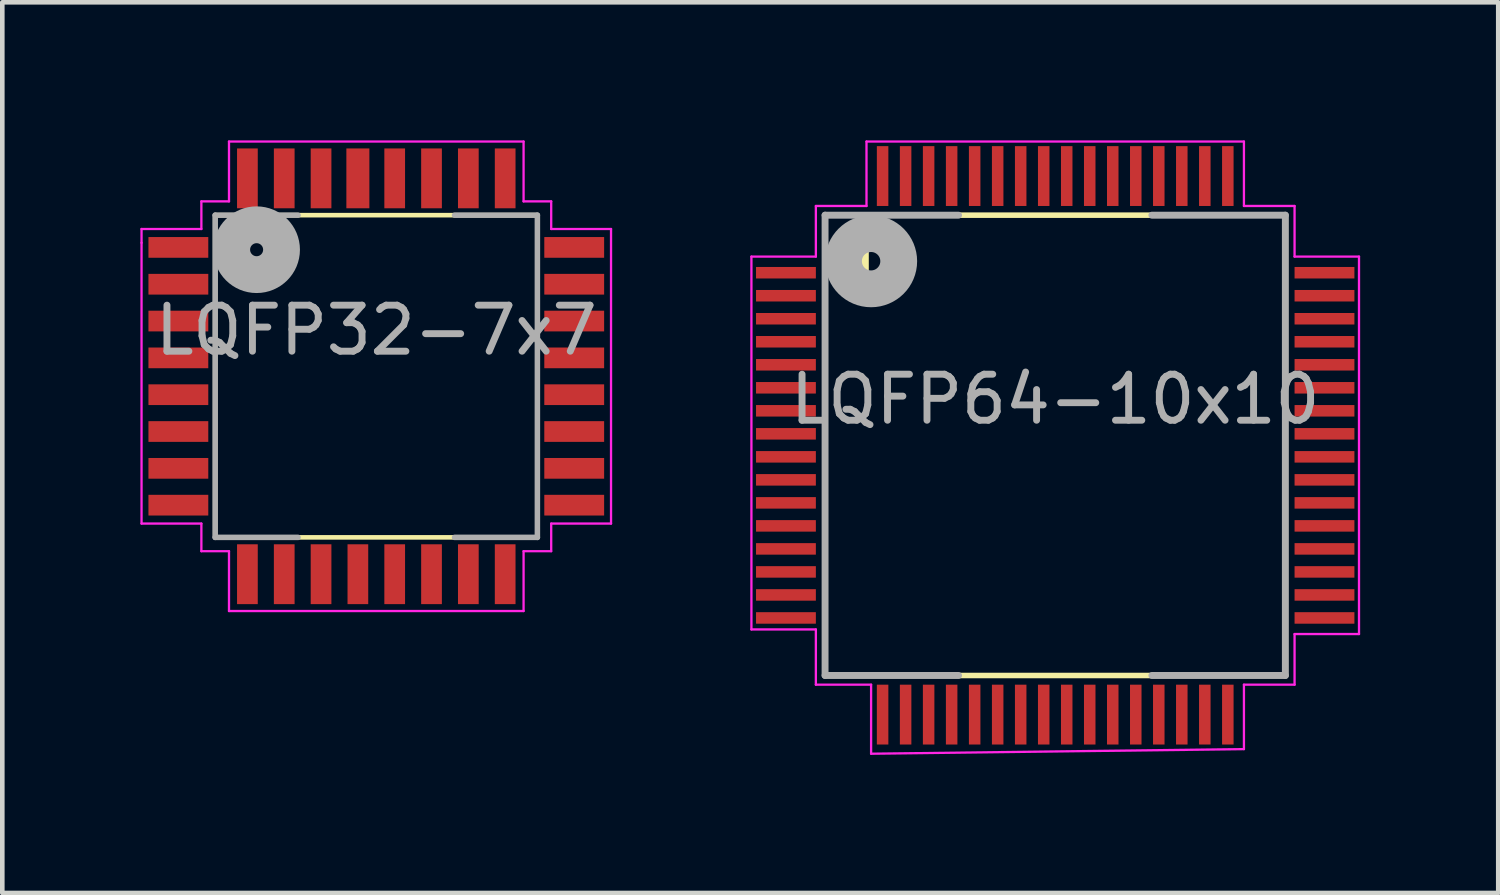
<source format=kicad_pcb>
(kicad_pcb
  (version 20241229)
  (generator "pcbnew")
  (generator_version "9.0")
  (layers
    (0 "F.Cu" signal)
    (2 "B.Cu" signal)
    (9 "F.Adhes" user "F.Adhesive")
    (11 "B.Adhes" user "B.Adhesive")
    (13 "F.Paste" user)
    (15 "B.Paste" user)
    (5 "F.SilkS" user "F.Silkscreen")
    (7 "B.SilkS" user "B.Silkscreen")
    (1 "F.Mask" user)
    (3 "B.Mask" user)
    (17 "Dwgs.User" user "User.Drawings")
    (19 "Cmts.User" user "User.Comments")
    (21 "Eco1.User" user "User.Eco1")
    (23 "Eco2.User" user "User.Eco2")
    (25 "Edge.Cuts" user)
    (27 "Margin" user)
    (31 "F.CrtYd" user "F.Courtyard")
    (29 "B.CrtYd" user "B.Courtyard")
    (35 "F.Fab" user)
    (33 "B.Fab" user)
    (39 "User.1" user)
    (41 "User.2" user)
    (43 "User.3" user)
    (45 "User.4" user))
  (footprint "LQFP64-10x10"
    (layer "F.Cu")
    (at 19.875 6.625)
    (property "Reference" "LQFP64-10x10" (at 0 -1 0) (layer "F.Fab") (effects (font (size 1 1) (thickness 0.15))))
    (attr smd)
    (fp_line (start -5 -5) (end 5 -5) (stroke (width 0.12) (type solid)) (layer "F.SilkS"))
    (fp_line (start -5 5) (end -5 -5) (stroke (width 0.12) (type solid)) (layer "F.SilkS"))
    (fp_line (start 5 -5) (end 5 5) (stroke (width 0.12) (type solid)) (layer "F.SilkS"))
    (fp_line (start 5 5) (end -5 5) (stroke (width 0.12) (type solid)) (layer "F.SilkS"))
    (fp_poly (pts (xy -4.1 -3.25) (xy -4.6 -3.75) (xy -4.1 -4.25)) (stroke (width 0.1) (type solid)) (fill yes) (layer "F.SilkS"))
    (fp_line (start -6.6 -4.1) (end -5.2 -4.1) (stroke (width 0.05) (type solid)) (layer "F.CrtYd"))
    (fp_line (start -6.6 4) (end -6.6 -4.1) (stroke (width 0.05) (type solid)) (layer "F.CrtYd"))
    (fp_line (start -5.2 -5.2) (end -4.1 -5.2) (stroke (width 0.05) (type solid)) (layer "F.CrtYd"))
    (fp_line (start -5.2 -4.1) (end -5.2 -5.2) (stroke (width 0.05) (type solid)) (layer "F.CrtYd"))
    (fp_line (start -5.2 4) (end -6.6 4) (stroke (width 0.05) (type solid)) (layer "F.CrtYd"))
    (fp_line (start -5.2 5.2) (end -5.2 4) (stroke (width 0.05) (type solid)) (layer "F.CrtYd"))
    (fp_line (start -4.1 -6.6) (end 4.1 -6.6) (stroke (width 0.05) (type solid)) (layer "F.CrtYd"))
    (fp_line (start -4.1 -5.2) (end -4.1 -6.6) (stroke (width 0.05) (type solid)) (layer "F.CrtYd"))
    (fp_line (start -4 5.2) (end -5.2 5.2) (stroke (width 0.05) (type solid)) (layer "F.CrtYd"))
    (fp_line (start -4 6.7) (end -4 5.2) (stroke (width 0.05) (type solid)) (layer "F.CrtYd"))
    (fp_line (start 4.1 -6.6) (end 4.1 -5.2) (stroke (width 0.05) (type solid)) (layer "F.CrtYd"))
    (fp_line (start 4.1 -5.2) (end 5.2 -5.2) (stroke (width 0.05) (type solid)) (layer "F.CrtYd"))
    (fp_line (start 4.1 5.2) (end 4.1 6.6) (stroke (width 0.05) (type solid)) (layer "F.CrtYd"))
    (fp_line (start 4.1 6.6) (end -4 6.7) (stroke (width 0.05) (type solid)) (layer "F.CrtYd"))
    (fp_line (start 5.2 -5.2) (end 5.2 -4.1) (stroke (width 0.05) (type solid)) (layer "F.CrtYd"))
    (fp_line (start 5.2 -4.1) (end 6.6 -4.1) (stroke (width 0.05) (type solid)) (layer "F.CrtYd"))
    (fp_line (start 5.2 4.1) (end 5.2 5.2) (stroke (width 0.05) (type solid)) (layer "F.CrtYd"))
    (fp_line (start 5.2 5.2) (end 4.1 5.2) (stroke (width 0.05) (type solid)) (layer "F.CrtYd"))
    (fp_line (start 6.6 -4.1) (end 6.6 4.1) (stroke (width 0.05) (type solid)) (layer "F.CrtYd"))
    (fp_line (start 6.6 4.1) (end 5.2 4.1) (stroke (width 0.05) (type solid)) (layer "F.CrtYd"))
    (fp_line (start -5 -5) (end -5 5) (stroke (width 0.15) (type solid)) (layer "F.Fab"))
    (fp_line (start -5 5) (end -2.1 5) (stroke (width 0.15) (type solid)) (layer "F.Fab"))
    (fp_line (start -2.1 -5) (end -5 -5) (stroke (width 0.15) (type solid)) (layer "F.Fab"))
    (fp_line (start 2.1 5) (end 5 5) (stroke (width 0.15) (type solid)) (layer "F.Fab"))
    (fp_line (start 5 -5) (end 2.1 -5) (stroke (width 0.15) (type solid)) (layer "F.Fab"))
    (fp_line (start 5 5) (end 5 -5) (stroke (width 0.15) (type solid)) (layer "F.Fab"))
    (fp_circle (center -4 -4) (end -3.8 -4) (stroke (width 0.8) (type solid)) (fill no) (layer "F.Fab"))
    (pad "1" smd rect (at -5.85 -3.75) (size 1.3 0.25) (layers "F.Cu" "F.Mask" "F.Paste"))
    (pad "2" smd rect (at -5.85 -3.25) (size 1.3 0.25) (layers "F.Cu" "F.Mask" "F.Paste"))
    (pad "3" smd rect (at -5.85 -2.75) (size 1.3 0.25) (layers "F.Cu" "F.Mask" "F.Paste"))
    (pad "4" smd rect (at -5.85 -2.25) (size 1.3 0.25) (layers "F.Cu" "F.Mask" "F.Paste"))
    (pad "5" smd rect (at -5.85 -1.75) (size 1.3 0.25) (layers "F.Cu" "F.Mask" "F.Paste"))
    (pad "6" smd rect (at -5.85 -1.25) (size 1.3 0.25) (layers "F.Cu" "F.Mask" "F.Paste"))
    (pad "7" smd rect (at -5.85 -0.75) (size 1.3 0.25) (layers "F.Cu" "F.Mask" "F.Paste"))
    (pad "8" smd rect (at -5.85 -0.25) (size 1.3 0.25) (layers "F.Cu" "F.Mask" "F.Paste"))
    (pad "9" smd rect (at -5.85 0.25) (size 1.3 0.25) (layers "F.Cu" "F.Mask" "F.Paste"))
    (pad "10" smd rect (at -5.85 0.75) (size 1.3 0.25) (layers "F.Cu" "F.Mask" "F.Paste"))
    (pad "11" smd rect (at -5.85 1.25) (size 1.3 0.25) (layers "F.Cu" "F.Mask" "F.Paste"))
    (pad "12" smd rect (at -5.85 1.75) (size 1.3 0.25) (layers "F.Cu" "F.Mask" "F.Paste"))
    (pad "13" smd rect (at -5.85 2.25) (size 1.3 0.25) (layers "F.Cu" "F.Mask" "F.Paste"))
    (pad "14" smd rect (at -5.85 2.75) (size 1.3 0.25) (layers "F.Cu" "F.Mask" "F.Paste"))
    (pad "15" smd rect (at -5.85 3.25) (size 1.3 0.25) (layers "F.Cu" "F.Mask" "F.Paste"))
    (pad "16" smd rect (at -5.85 3.75) (size 1.3 0.25) (layers "F.Cu" "F.Mask" "F.Paste"))
    (pad "17" smd rect (at -3.75 5.85 90) (size 1.3 0.25) (layers "F.Cu" "F.Mask" "F.Paste"))
    (pad "18" smd rect (at -3.25 5.85 90) (size 1.3 0.25) (layers "F.Cu" "F.Mask" "F.Paste"))
    (pad "19" smd rect (at -2.75 5.85 90) (size 1.3 0.25) (layers "F.Cu" "F.Mask" "F.Paste"))
    (pad "20" smd rect (at -2.25 5.85 90) (size 1.3 0.25) (layers "F.Cu" "F.Mask" "F.Paste"))
    (pad "21" smd rect (at -1.75 5.85 90) (size 1.3 0.25) (layers "F.Cu" "F.Mask" "F.Paste"))
    (pad "22" smd rect (at -1.25 5.85 90) (size 1.3 0.25) (layers "F.Cu" "F.Mask" "F.Paste"))
    (pad "23" smd rect (at -0.75 5.85 90) (size 1.3 0.25) (layers "F.Cu" "F.Mask" "F.Paste"))
    (pad "24" smd rect (at -0.25 5.85 90) (size 1.3 0.25) (layers "F.Cu" "F.Mask" "F.Paste"))
    (pad "25" smd rect (at 0.25 5.85 90) (size 1.3 0.25) (layers "F.Cu" "F.Mask" "F.Paste"))
    (pad "26" smd rect (at 0.75 5.85 90) (size 1.3 0.25) (layers "F.Cu" "F.Mask" "F.Paste"))
    (pad "27" smd rect (at 1.25 5.85 90) (size 1.3 0.25) (layers "F.Cu" "F.Mask" "F.Paste"))
    (pad "28" smd rect (at 1.75 5.85 90) (size 1.3 0.25) (layers "F.Cu" "F.Mask" "F.Paste"))
    (pad "29" smd rect (at 2.25 5.85 90) (size 1.3 0.25) (layers "F.Cu" "F.Mask" "F.Paste"))
    (pad "30" smd rect (at 2.75 5.85 90) (size 1.3 0.25) (layers "F.Cu" "F.Mask" "F.Paste"))
    (pad "31" smd rect (at 3.25 5.85 90) (size 1.3 0.25) (layers "F.Cu" "F.Mask" "F.Paste"))
    (pad "32" smd rect (at 3.75 5.85 90) (size 1.3 0.25) (layers "F.Cu" "F.Mask" "F.Paste"))
    (pad "33" smd rect (at 5.85 3.75) (size 1.3 0.25) (layers "F.Cu" "F.Mask" "F.Paste"))
    (pad "34" smd rect (at 5.85 3.25) (size 1.3 0.25) (layers "F.Cu" "F.Mask" "F.Paste"))
    (pad "35" smd rect (at 5.85 2.75) (size 1.3 0.25) (layers "F.Cu" "F.Mask" "F.Paste"))
    (pad "36" smd rect (at 5.85 2.25) (size 1.3 0.25) (layers "F.Cu" "F.Mask" "F.Paste"))
    (pad "37" smd rect (at 5.85 1.75) (size 1.3 0.25) (layers "F.Cu" "F.Mask" "F.Paste"))
    (pad "38" smd rect (at 5.85 1.25) (size 1.3 0.25) (layers "F.Cu" "F.Mask" "F.Paste"))
    (pad "39" smd rect (at 5.85 0.75) (size 1.3 0.25) (layers "F.Cu" "F.Mask" "F.Paste"))
    (pad "40" smd rect (at 5.85 0.25) (size 1.3 0.25) (layers "F.Cu" "F.Mask" "F.Paste"))
    (pad "41" smd rect (at 5.85 -0.25) (size 1.3 0.25) (layers "F.Cu" "F.Mask" "F.Paste"))
    (pad "42" smd rect (at 5.85 -0.75) (size 1.3 0.25) (layers "F.Cu" "F.Mask" "F.Paste"))
    (pad "43" smd rect (at 5.85 -1.25) (size 1.3 0.25) (layers "F.Cu" "F.Mask" "F.Paste"))
    (pad "44" smd rect (at 5.85 -1.75) (size 1.3 0.25) (layers "F.Cu" "F.Mask" "F.Paste"))
    (pad "45" smd rect (at 5.85 -2.25) (size 1.3 0.25) (layers "F.Cu" "F.Mask" "F.Paste"))
    (pad "46" smd rect (at 5.85 -2.75) (size 1.3 0.25) (layers "F.Cu" "F.Mask" "F.Paste"))
    (pad "47" smd rect (at 5.85 -3.25) (size 1.3 0.25) (layers "F.Cu" "F.Mask" "F.Paste"))
    (pad "48" smd rect (at 5.85 -3.75) (size 1.3 0.25) (layers "F.Cu" "F.Mask" "F.Paste"))
    (pad "49" smd rect (at 3.75 -5.85 90) (size 1.3 0.25) (layers "F.Cu" "F.Mask" "F.Paste"))
    (pad "50" smd rect (at 3.25 -5.85 90) (size 1.3 0.25) (layers "F.Cu" "F.Mask" "F.Paste"))
    (pad "51" smd rect (at 2.75 -5.85 90) (size 1.3 0.25) (layers "F.Cu" "F.Mask" "F.Paste"))
    (pad "52" smd rect (at 2.25 -5.85 90) (size 1.3 0.25) (layers "F.Cu" "F.Mask" "F.Paste"))
    (pad "53" smd rect (at 1.75 -5.85 90) (size 1.3 0.25) (layers "F.Cu" "F.Mask" "F.Paste"))
    (pad "54" smd rect (at 1.25 -5.85 90) (size 1.3 0.25) (layers "F.Cu" "F.Mask" "F.Paste"))
    (pad "55" smd rect (at 0.75 -5.85 90) (size 1.3 0.25) (layers "F.Cu" "F.Mask" "F.Paste"))
    (pad "56" smd rect (at 0.25 -5.85 90) (size 1.3 0.25) (layers "F.Cu" "F.Mask" "F.Paste"))
    (pad "57" smd rect (at -0.25 -5.85 90) (size 1.3 0.25) (layers "F.Cu" "F.Mask" "F.Paste"))
    (pad "58" smd rect (at -0.75 -5.85 90) (size 1.3 0.25) (layers "F.Cu" "F.Mask" "F.Paste"))
    (pad "59" smd rect (at -1.25 -5.85 90) (size 1.3 0.25) (layers "F.Cu" "F.Mask" "F.Paste"))
    (pad "60" smd rect (at -1.75 -5.85 90) (size 1.3 0.25) (layers "F.Cu" "F.Mask" "F.Paste"))
    (pad "61" smd rect (at -2.25 -5.85 90) (size 1.3 0.25) (layers "F.Cu" "F.Mask" "F.Paste"))
    (pad "62" smd rect (at -2.75 -5.85 90) (size 1.3 0.25) (layers "F.Cu" "F.Mask" "F.Paste"))
    (pad "63" smd rect (at -3.25 -5.85 90) (size 1.3 0.25) (layers "F.Cu" "F.Mask" "F.Paste"))
    (pad "64" smd rect (at -3.75 -5.85 90) (size 1.3 0.25) (layers "F.Cu" "F.Mask" "F.Paste")))
  (footprint "LQFP32-7x7"
    (layer "F.Cu")
    (at 5.125 5.125)
    (property "Reference" "LQFP32-7x7" (at 0 -1 0) (layer "F.Fab") (effects (font (size 1 1) (thickness 0.15))))
    (attr smd)
    (fp_line (start -3.5 -3.5) (end 3.5 -3.5) (stroke (width 0.1) (type solid)) (layer "F.SilkS"))
    (fp_line (start -3.5 3.5) (end -3.5 -3.5) (stroke (width 0.1) (type solid)) (layer "F.SilkS"))
    (fp_line (start 3.5 -3.5) (end 3.5 3.5) (stroke (width 0.1) (type solid)) (layer "F.SilkS"))
    (fp_line (start 3.5 3.5) (end -3.5 3.5) (stroke (width 0.1) (type solid)) (layer "F.SilkS"))
    (fp_poly (pts (xy -2.8 -2.4) (xy -3.2 -2.8) (xy -2.8 -3.2)) (stroke (width 0.1) (type solid)) (fill yes) (layer "F.SilkS"))
    (fp_line (start -5.1 -3.2) (end -3.8 -3.2) (stroke (width 0.05) (type solid)) (layer "F.CrtYd"))
    (fp_line (start -5.1 -2.9) (end -5.1 -3.2) (stroke (width 0.05) (type solid)) (layer "F.CrtYd"))
    (fp_line (start -5.1 3.2) (end -5.1 -2.9) (stroke (width 0.05) (type solid)) (layer "F.CrtYd"))
    (fp_line (start -3.8 -3.8) (end -3.2 -3.8) (stroke (width 0.05) (type solid)) (layer "F.CrtYd"))
    (fp_line (start -3.8 -3.2) (end -3.8 -3.8) (stroke (width 0.05) (type solid)) (layer "F.CrtYd"))
    (fp_line (start -3.8 3.2) (end -5.1 3.2) (stroke (width 0.05) (type solid)) (layer "F.CrtYd"))
    (fp_line (start -3.8 3.8) (end -3.8 3.2) (stroke (width 0.05) (type solid)) (layer "F.CrtYd"))
    (fp_line (start -3.2 -5.1) (end 3.2 -5.1) (stroke (width 0.05) (type solid)) (layer "F.CrtYd"))
    (fp_line (start -3.2 -3.8) (end -3.2 -5.1) (stroke (width 0.05) (type solid)) (layer "F.CrtYd"))
    (fp_line (start -3.2 3.8) (end -3.8 3.8) (stroke (width 0.05) (type solid)) (layer "F.CrtYd"))
    (fp_line (start -3.2 5.1) (end -3.2 3.8) (stroke (width 0.05) (type solid)) (layer "F.CrtYd"))
    (fp_line (start 3.2 -5.1) (end 3.2 -3.8) (stroke (width 0.05) (type solid)) (layer "F.CrtYd"))
    (fp_line (start 3.2 -3.8) (end 3.8 -3.8) (stroke (width 0.05) (type solid)) (layer "F.CrtYd"))
    (fp_line (start 3.2 3.8) (end 3.2 5.1) (stroke (width 0.05) (type solid)) (layer "F.CrtYd"))
    (fp_line (start 3.2 5.1) (end -3.2 5.1) (stroke (width 0.05) (type solid)) (layer "F.CrtYd"))
    (fp_line (start 3.8 -3.8) (end 3.8 -3.2) (stroke (width 0.05) (type solid)) (layer "F.CrtYd"))
    (fp_line (start 3.8 -3.2) (end 5.1 -3.2) (stroke (width 0.05) (type solid)) (layer "F.CrtYd"))
    (fp_line (start 3.8 3.2) (end 3.8 3.8) (stroke (width 0.05) (type solid)) (layer "F.CrtYd"))
    (fp_line (start 3.8 3.8) (end 3.2 3.8) (stroke (width 0.05) (type solid)) (layer "F.CrtYd"))
    (fp_line (start 5.1 -3.2) (end 5.1 3.2) (stroke (width 0.05) (type solid)) (layer "F.CrtYd"))
    (fp_line (start 5.1 3.2) (end 3.8 3.2) (stroke (width 0.05) (type solid)) (layer "F.CrtYd"))
    (fp_line (start -3.5 -3.5) (end -3.5 3.5) (stroke (width 0.12) (type solid)) (layer "F.Fab"))
    (fp_line (start -3.5 3.5) (end -1.7 3.5) (stroke (width 0.12) (type solid)) (layer "F.Fab"))
    (fp_line (start -1.7 -3.5) (end -3.5 -3.5) (stroke (width 0.12) (type solid)) (layer "F.Fab"))
    (fp_line (start 1.7 3.5) (end 3.5 3.5) (stroke (width 0.12) (type solid)) (layer "F.Fab"))
    (fp_line (start 3.5 -3.5) (end 1.7 -3.5) (stroke (width 0.12) (type solid)) (layer "F.Fab"))
    (fp_line (start 3.5 3.5) (end 3.5 -3.5) (stroke (width 0.12) (type solid)) (layer "F.Fab"))
    (fp_circle (center -2.6 -2.75) (end -2.5 -2.65) (stroke (width 0.8) (type solid)) (fill no) (layer "F.Fab"))
    (pad "1" smd rect (at -4.3 -2.8) (size 1.3 0.45) (layers "F.Cu" "F.Mask" "F.Paste"))
    (pad "2" smd rect (at -4.3 -2) (size 1.3 0.45) (layers "F.Cu" "F.Mask" "F.Paste"))
    (pad "3" smd rect (at -4.3 -1.2) (size 1.3 0.45) (layers "F.Cu" "F.Mask" "F.Paste"))
    (pad "4" smd rect (at -4.3 -0.4) (size 1.3 0.45) (layers "F.Cu" "F.Mask" "F.Paste"))
    (pad "5" smd rect (at -4.3 0.4) (size 1.3 0.45) (layers "F.Cu" "F.Mask" "F.Paste"))
    (pad "6" smd rect (at -4.3 1.2) (size 1.3 0.45) (layers "F.Cu" "F.Mask" "F.Paste"))
    (pad "7" smd rect (at -4.3 2) (size 1.3 0.45) (layers "F.Cu" "F.Mask" "F.Paste"))
    (pad "8" smd rect (at -4.3 2.8) (size 1.3 0.45) (layers "F.Cu" "F.Mask" "F.Paste"))
    (pad "9" smd rect (at -2.8 4.3 90) (size 1.3 0.45) (layers "F.Cu" "F.Mask" "F.Paste"))
    (pad "10" smd rect (at -2 4.3 90) (size 1.3 0.45) (layers "F.Cu" "F.Mask" "F.Paste"))
    (pad "11" smd rect (at -1.2 4.3 90) (size 1.3 0.45) (layers "F.Cu" "F.Mask" "F.Paste"))
    (pad "12" smd rect (at -0.4 4.3 90) (size 1.3 0.45) (layers "F.Cu" "F.Mask" "F.Paste"))
    (pad "13" smd rect (at 0.4 4.3 90) (size 1.3 0.45) (layers "F.Cu" "F.Mask" "F.Paste"))
    (pad "14" smd rect (at 1.2 4.3 90) (size 1.3 0.45) (layers "F.Cu" "F.Mask" "F.Paste"))
    (pad "15" smd rect (at 2 4.3 90) (size 1.3 0.45) (layers "F.Cu" "F.Mask" "F.Paste"))
    (pad "16" smd rect (at 2.8 4.3 90) (size 1.3 0.45) (layers "F.Cu" "F.Mask" "F.Paste"))
    (pad "17" smd rect (at 4.3 2.8) (size 1.3 0.45) (layers "F.Cu" "F.Mask" "F.Paste"))
    (pad "18" smd rect (at 4.3 2) (size 1.3 0.45) (layers "F.Cu" "F.Mask" "F.Paste"))
    (pad "19" smd rect (at 4.3 1.2) (size 1.3 0.45) (layers "F.Cu" "F.Mask" "F.Paste"))
    (pad "20" smd rect (at 4.3 0.4) (size 1.3 0.45) (layers "F.Cu" "F.Mask" "F.Paste"))
    (pad "21" smd rect (at 4.3 -0.4) (size 1.3 0.45) (layers "F.Cu" "F.Mask" "F.Paste"))
    (pad "22" smd rect (at 4.3 -1.2) (size 1.3 0.45) (layers "F.Cu" "F.Mask" "F.Paste"))
    (pad "23" smd rect (at 4.3 -2) (size 1.3 0.45) (layers "F.Cu" "F.Mask" "F.Paste"))
    (pad "24" smd rect (at 4.3 -2.8) (size 1.3 0.45) (layers "F.Cu" "F.Mask" "F.Paste"))
    (pad "25" smd rect (at 2.8 -4.3 90) (size 1.3 0.45) (layers "F.Cu" "F.Mask" "F.Paste"))
    (pad "26" smd rect (at 2 -4.3 90) (size 1.3 0.45) (layers "F.Cu" "F.Mask" "F.Paste"))
    (pad "27" smd rect (at 1.2 -4.3 90) (size 1.3 0.45) (layers "F.Cu" "F.Mask" "F.Paste"))
    (pad "28" smd rect (at 0.4 -4.3 90) (size 1.3 0.45) (layers "F.Cu" "F.Mask" "F.Paste"))
    (pad "29" smd rect (at -0.4 -4.3 90) (size 1.3 0.5) (layers "F.Cu" "F.Mask" "F.Paste"))
    (pad "30" smd rect (at -1.2 -4.3 90) (size 1.3 0.45) (layers "F.Cu" "F.Mask" "F.Paste"))
    (pad "31" smd rect (at -2 -4.3 90) (size 1.3 0.45) (layers "F.Cu" "F.Mask" "F.Paste"))
    (pad "32" smd rect (at -2.8 -4.3 90) (size 1.3 0.45) (layers "F.Cu" "F.Mask" "F.Paste")))
  (gr_rect
    (start -3 -3)
    (end 29.5 16.35)
    (stroke (width 0.1) (type default))
    (fill no)
    (layer "Edge.Cuts")))
</source>
